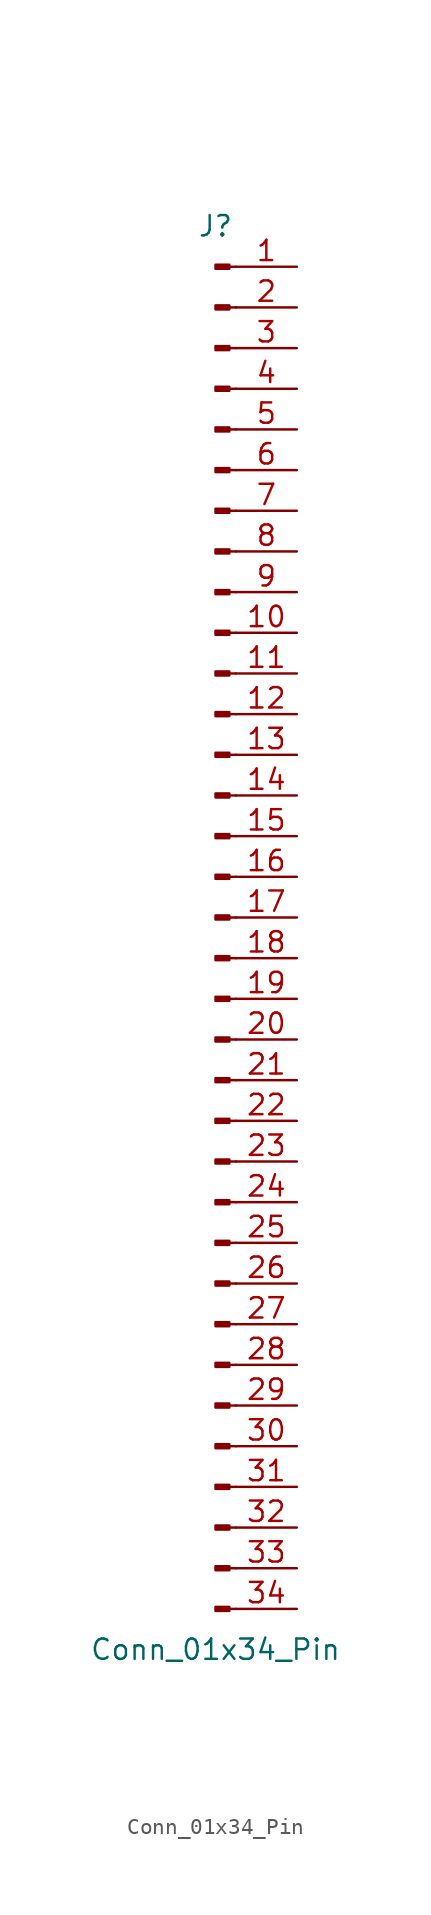
<source format=kicad_sym>
(kicad_symbol_lib
  (version 20220914)
  (generator kicad_symbol_editor)
  (symbol "Conn_01x34_Pin"
    (pin_names
      (offset 1.016) hide)
    (property "Reference" "J"
      (at 0 43.18 0)
      (effects (font (size 1.27 1.27))))
    (property "Value" "Conn_01x34_Pin"
      (at 0 -45.72 0)
      (effects (font (size 1.27 1.27))))
    (property "ki_locked" ""
      (at 0 0 0)
      (effects (font (size 1.27 1.27))))
    (symbol "Conn_01x34_Pin_1_1"
      (polyline (pts (xy 1.27 -43.18) (xy 0.864 -43.18)) (stroke (width 0.152) (type default)) (fill (type none)))
      (polyline (pts (xy 1.27 -40.64) (xy 0.864 -40.64)) (stroke (width 0.152) (type default)) (fill (type none)))
      (polyline (pts (xy 1.27 -38.1) (xy 0.864 -38.1)) (stroke (width 0.152) (type default)) (fill (type none)))
      (polyline (pts (xy 1.27 -35.56) (xy 0.864 -35.56)) (stroke (width 0.152) (type default)) (fill (type none)))
      (polyline (pts (xy 1.27 -33.02) (xy 0.864 -33.02)) (stroke (width 0.152) (type default)) (fill (type none)))
      (polyline (pts (xy 1.27 -30.48) (xy 0.864 -30.48)) (stroke (width 0.152) (type default)) (fill (type none)))
      (polyline (pts (xy 1.27 -27.94) (xy 0.864 -27.94)) (stroke (width 0.152) (type default)) (fill (type none)))
      (polyline (pts (xy 1.27 -25.4) (xy 0.864 -25.4)) (stroke (width 0.152) (type default)) (fill (type none)))
      (polyline (pts (xy 1.27 -22.86) (xy 0.864 -22.86)) (stroke (width 0.152) (type default)) (fill (type none)))
      (polyline (pts (xy 1.27 -20.32) (xy 0.864 -20.32)) (stroke (width 0.152) (type default)) (fill (type none)))
      (polyline (pts (xy 1.27 -17.78) (xy 0.864 -17.78)) (stroke (width 0.152) (type default)) (fill (type none)))
      (polyline (pts (xy 1.27 -15.24) (xy 0.864 -15.24)) (stroke (width 0.152) (type default)) (fill (type none)))
      (polyline (pts (xy 1.27 -12.7) (xy 0.864 -12.7)) (stroke (width 0.152) (type default)) (fill (type none)))
      (polyline (pts (xy 1.27 -10.16) (xy 0.864 -10.16)) (stroke (width 0.152) (type default)) (fill (type none)))
      (polyline (pts (xy 1.27 -7.62) (xy 0.864 -7.62)) (stroke (width 0.152) (type default)) (fill (type none)))
      (polyline (pts (xy 1.27 -5.08) (xy 0.864 -5.08)) (stroke (width 0.152) (type default)) (fill (type none)))
      (polyline (pts (xy 1.27 -2.54) (xy 0.864 -2.54)) (stroke (width 0.152) (type default)) (fill (type none)))
      (polyline (pts (xy 1.27 0) (xy 0.864 0)) (stroke (width 0.152) (type default)) (fill (type none)))
      (polyline (pts (xy 1.27 2.54) (xy 0.864 2.54)) (stroke (width 0.152) (type default)) (fill (type none)))
      (polyline (pts (xy 1.27 5.08) (xy 0.864 5.08)) (stroke (width 0.152) (type default)) (fill (type none)))
      (polyline (pts (xy 1.27 7.62) (xy 0.864 7.62)) (stroke (width 0.152) (type default)) (fill (type none)))
      (polyline (pts (xy 1.27 10.16) (xy 0.864 10.16)) (stroke (width 0.152) (type default)) (fill (type none)))
      (polyline (pts (xy 1.27 12.7) (xy 0.864 12.7)) (stroke (width 0.152) (type default)) (fill (type none)))
      (polyline (pts (xy 1.27 15.24) (xy 0.864 15.24)) (stroke (width 0.152) (type default)) (fill (type none)))
      (polyline (pts (xy 1.27 17.78) (xy 0.864 17.78)) (stroke (width 0.152) (type default)) (fill (type none)))
      (polyline (pts (xy 1.27 20.32) (xy 0.864 20.32)) (stroke (width 0.152) (type default)) (fill (type none)))
      (polyline (pts (xy 1.27 22.86) (xy 0.864 22.86)) (stroke (width 0.152) (type default)) (fill (type none)))
      (polyline (pts (xy 1.27 25.4) (xy 0.864 25.4)) (stroke (width 0.152) (type default)) (fill (type none)))
      (polyline (pts (xy 1.27 27.94) (xy 0.864 27.94)) (stroke (width 0.152) (type default)) (fill (type none)))
      (polyline (pts (xy 1.27 30.48) (xy 0.864 30.48)) (stroke (width 0.152) (type default)) (fill (type none)))
      (polyline (pts (xy 1.27 33.02) (xy 0.864 33.02)) (stroke (width 0.152) (type default)) (fill (type none)))
      (polyline (pts (xy 1.27 35.56) (xy 0.864 35.56)) (stroke (width 0.152) (type default)) (fill (type none)))
      (polyline (pts (xy 1.27 38.1) (xy 0.864 38.1)) (stroke (width 0.152) (type default)) (fill (type none)))
      (polyline (pts (xy 1.27 40.64) (xy 0.864 40.64)) (stroke (width 0.152) (type default)) (fill (type none)))
      (rectangle (start 0.864 -43.053) (end 0 -43.307) (stroke (width 0.152) (type default)) (fill (type outline)))
      (rectangle (start 0.864 -40.513) (end 0 -40.767) (stroke (width 0.152) (type default)) (fill (type outline)))
      (rectangle (start 0.864 -37.973) (end 0 -38.227) (stroke (width 0.152) (type default)) (fill (type outline)))
      (rectangle (start 0.864 -35.433) (end 0 -35.687) (stroke (width 0.152) (type default)) (fill (type outline)))
      (rectangle (start 0.864 -32.893) (end 0 -33.147) (stroke (width 0.152) (type default)) (fill (type outline)))
      (rectangle (start 0.864 -30.353) (end 0 -30.607) (stroke (width 0.152) (type default)) (fill (type outline)))
      (rectangle (start 0.864 -27.813) (end 0 -28.067) (stroke (width 0.152) (type default)) (fill (type outline)))
      (rectangle (start 0.864 -25.273) (end 0 -25.527) (stroke (width 0.152) (type default)) (fill (type outline)))
      (rectangle (start 0.864 -22.733) (end 0 -22.987) (stroke (width 0.152) (type default)) (fill (type outline)))
      (rectangle (start 0.864 -20.193) (end 0 -20.447) (stroke (width 0.152) (type default)) (fill (type outline)))
      (rectangle (start 0.864 -17.653) (end 0 -17.907) (stroke (width 0.152) (type default)) (fill (type outline)))
      (rectangle (start 0.864 -15.113) (end 0 -15.367) (stroke (width 0.152) (type default)) (fill (type outline)))
      (rectangle (start 0.864 -12.573) (end 0 -12.827) (stroke (width 0.152) (type default)) (fill (type outline)))
      (rectangle (start 0.864 -10.033) (end 0 -10.287) (stroke (width 0.152) (type default)) (fill (type outline)))
      (rectangle (start 0.864 -7.493) (end 0 -7.747) (stroke (width 0.152) (type default)) (fill (type outline)))
      (rectangle (start 0.864 -4.953) (end 0 -5.207) (stroke (width 0.152) (type default)) (fill (type outline)))
      (rectangle (start 0.864 -2.413) (end 0 -2.667) (stroke (width 0.152) (type default)) (fill (type outline)))
      (rectangle (start 0.864 0.127) (end 0 -0.127) (stroke (width 0.152) (type default)) (fill (type outline)))
      (rectangle (start 0.864 2.667) (end 0 2.413) (stroke (width 0.152) (type default)) (fill (type outline)))
      (rectangle (start 0.864 5.207) (end 0 4.953) (stroke (width 0.152) (type default)) (fill (type outline)))
      (rectangle (start 0.864 7.747) (end 0 7.493) (stroke (width 0.152) (type default)) (fill (type outline)))
      (rectangle (start 0.864 10.287) (end 0 10.033) (stroke (width 0.152) (type default)) (fill (type outline)))
      (rectangle (start 0.864 12.827) (end 0 12.573) (stroke (width 0.152) (type default)) (fill (type outline)))
      (rectangle (start 0.864 15.367) (end 0 15.113) (stroke (width 0.152) (type default)) (fill (type outline)))
      (rectangle (start 0.864 17.907) (end 0 17.653) (stroke (width 0.152) (type default)) (fill (type outline)))
      (rectangle (start 0.864 20.447) (end 0 20.193) (stroke (width 0.152) (type default)) (fill (type outline)))
      (rectangle (start 0.864 22.987) (end 0 22.733) (stroke (width 0.152) (type default)) (fill (type outline)))
      (rectangle (start 0.864 25.527) (end 0 25.273) (stroke (width 0.152) (type default)) (fill (type outline)))
      (rectangle (start 0.864 28.067) (end 0 27.813) (stroke (width 0.152) (type default)) (fill (type outline)))
      (rectangle (start 0.864 30.607) (end 0 30.353) (stroke (width 0.152) (type default)) (fill (type outline)))
      (rectangle (start 0.864 33.147) (end 0 32.893) (stroke (width 0.152) (type default)) (fill (type outline)))
      (rectangle (start 0.864 35.687) (end 0 35.433) (stroke (width 0.152) (type default)) (fill (type outline)))
      (rectangle (start 0.864 38.227) (end 0 37.973) (stroke (width 0.152) (type default)) (fill (type outline)))
      (rectangle (start 0.864 40.767) (end 0 40.513) (stroke (width 0.152) (type default)) (fill (type outline)))
      (pin passive line (at 5.08 40.64 180) (length 3.81) (name "Pin_1" (effects (font (size 1.27 1.27)))) (number "1" (effects (font (size 1.27 1.27)))))
      (pin passive line (at 5.08 17.78 180) (length 3.81) (name "Pin_10" (effects (font (size 1.27 1.27)))) (number "10" (effects (font (size 1.27 1.27)))))
      (pin passive line (at 5.08 15.24 180) (length 3.81) (name "Pin_11" (effects (font (size 1.27 1.27)))) (number "11" (effects (font (size 1.27 1.27)))))
      (pin passive line (at 5.08 12.7 180) (length 3.81) (name "Pin_12" (effects (font (size 1.27 1.27)))) (number "12" (effects (font (size 1.27 1.27)))))
      (pin passive line (at 5.08 10.16 180) (length 3.81) (name "Pin_13" (effects (font (size 1.27 1.27)))) (number "13" (effects (font (size 1.27 1.27)))))
      (pin passive line (at 5.08 7.62 180) (length 3.81) (name "Pin_14" (effects (font (size 1.27 1.27)))) (number "14" (effects (font (size 1.27 1.27)))))
      (pin passive line (at 5.08 5.08 180) (length 3.81) (name "Pin_15" (effects (font (size 1.27 1.27)))) (number "15" (effects (font (size 1.27 1.27)))))
      (pin passive line (at 5.08 2.54 180) (length 3.81) (name "Pin_16" (effects (font (size 1.27 1.27)))) (number "16" (effects (font (size 1.27 1.27)))))
      (pin passive line (at 5.08 0 180) (length 3.81) (name "Pin_17" (effects (font (size 1.27 1.27)))) (number "17" (effects (font (size 1.27 1.27)))))
      (pin passive line (at 5.08 -2.54 180) (length 3.81) (name "Pin_18" (effects (font (size 1.27 1.27)))) (number "18" (effects (font (size 1.27 1.27)))))
      (pin passive line (at 5.08 -5.08 180) (length 3.81) (name "Pin_19" (effects (font (size 1.27 1.27)))) (number "19" (effects (font (size 1.27 1.27)))))
      (pin passive line (at 5.08 38.1 180) (length 3.81) (name "Pin_2" (effects (font (size 1.27 1.27)))) (number "2" (effects (font (size 1.27 1.27)))))
      (pin passive line (at 5.08 -7.62 180) (length 3.81) (name "Pin_20" (effects (font (size 1.27 1.27)))) (number "20" (effects (font (size 1.27 1.27)))))
      (pin passive line (at 5.08 -10.16 180) (length 3.81) (name "Pin_21" (effects (font (size 1.27 1.27)))) (number "21" (effects (font (size 1.27 1.27)))))
      (pin passive line (at 5.08 -12.7 180) (length 3.81) (name "Pin_22" (effects (font (size 1.27 1.27)))) (number "22" (effects (font (size 1.27 1.27)))))
      (pin passive line (at 5.08 -15.24 180) (length 3.81) (name "Pin_23" (effects (font (size 1.27 1.27)))) (number "23" (effects (font (size 1.27 1.27)))))
      (pin passive line (at 5.08 -17.78 180) (length 3.81) (name "Pin_24" (effects (font (size 1.27 1.27)))) (number "24" (effects (font (size 1.27 1.27)))))
      (pin passive line (at 5.08 -20.32 180) (length 3.81) (name "Pin_25" (effects (font (size 1.27 1.27)))) (number "25" (effects (font (size 1.27 1.27)))))
      (pin passive line (at 5.08 -22.86 180) (length 3.81) (name "Pin_26" (effects (font (size 1.27 1.27)))) (number "26" (effects (font (size 1.27 1.27)))))
      (pin passive line (at 5.08 -25.4 180) (length 3.81) (name "Pin_27" (effects (font (size 1.27 1.27)))) (number "27" (effects (font (size 1.27 1.27)))))
      (pin passive line (at 5.08 -27.94 180) (length 3.81) (name "Pin_28" (effects (font (size 1.27 1.27)))) (number "28" (effects (font (size 1.27 1.27)))))
      (pin passive line (at 5.08 -30.48 180) (length 3.81) (name "Pin_29" (effects (font (size 1.27 1.27)))) (number "29" (effects (font (size 1.27 1.27)))))
      (pin passive line (at 5.08 35.56 180) (length 3.81) (name "Pin_3" (effects (font (size 1.27 1.27)))) (number "3" (effects (font (size 1.27 1.27)))))
      (pin passive line (at 5.08 -33.02 180) (length 3.81) (name "Pin_30" (effects (font (size 1.27 1.27)))) (number "30" (effects (font (size 1.27 1.27)))))
      (pin passive line (at 5.08 -35.56 180) (length 3.81) (name "Pin_31" (effects (font (size 1.27 1.27)))) (number "31" (effects (font (size 1.27 1.27)))))
      (pin passive line (at 5.08 -38.1 180) (length 3.81) (name "Pin_32" (effects (font (size 1.27 1.27)))) (number "32" (effects (font (size 1.27 1.27)))))
      (pin passive line (at 5.08 -40.64 180) (length 3.81) (name "Pin_33" (effects (font (size 1.27 1.27)))) (number "33" (effects (font (size 1.27 1.27)))))
      (pin passive line (at 5.08 -43.18 180) (length 3.81) (name "Pin_34" (effects (font (size 1.27 1.27)))) (number "34" (effects (font (size 1.27 1.27)))))
      (pin passive line (at 5.08 33.02 180) (length 3.81) (name "Pin_4" (effects (font (size 1.27 1.27)))) (number "4" (effects (font (size 1.27 1.27)))))
      (pin passive line (at 5.08 30.48 180) (length 3.81) (name "Pin_5" (effects (font (size 1.27 1.27)))) (number "5" (effects (font (size 1.27 1.27)))))
      (pin passive line (at 5.08 27.94 180) (length 3.81) (name "Pin_6" (effects (font (size 1.27 1.27)))) (number "6" (effects (font (size 1.27 1.27)))))
      (pin passive line (at 5.08 25.4 180) (length 3.81) (name "Pin_7" (effects (font (size 1.27 1.27)))) (number "7" (effects (font (size 1.27 1.27)))))
      (pin passive line (at 5.08 22.86 180) (length 3.81) (name "Pin_8" (effects (font (size 1.27 1.27)))) (number "8" (effects (font (size 1.27 1.27)))))
      (pin passive line (at 5.08 20.32 180) (length 3.81) (name "Pin_9" (effects (font (size 1.27 1.27)))) (number "9" (effects (font (size 1.27 1.27))))))))
</source>
